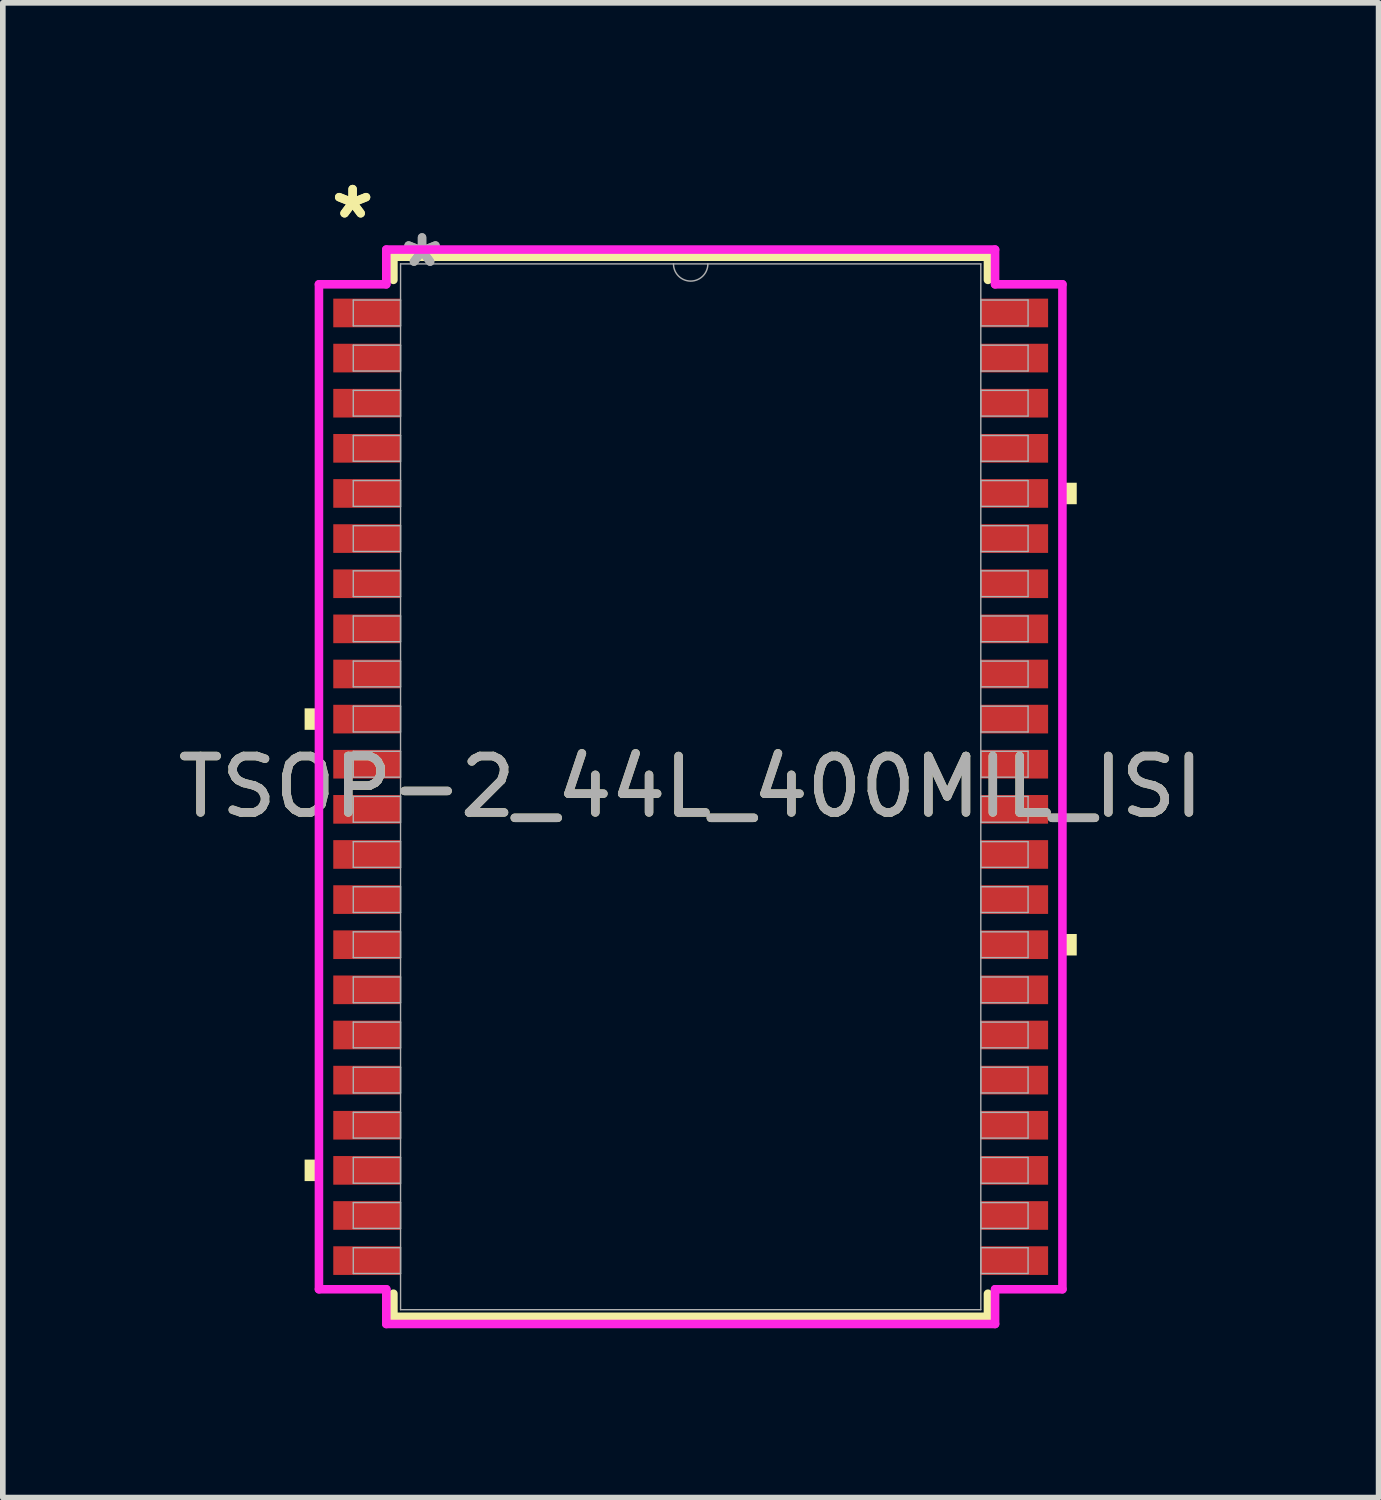
<source format=kicad_pcb>
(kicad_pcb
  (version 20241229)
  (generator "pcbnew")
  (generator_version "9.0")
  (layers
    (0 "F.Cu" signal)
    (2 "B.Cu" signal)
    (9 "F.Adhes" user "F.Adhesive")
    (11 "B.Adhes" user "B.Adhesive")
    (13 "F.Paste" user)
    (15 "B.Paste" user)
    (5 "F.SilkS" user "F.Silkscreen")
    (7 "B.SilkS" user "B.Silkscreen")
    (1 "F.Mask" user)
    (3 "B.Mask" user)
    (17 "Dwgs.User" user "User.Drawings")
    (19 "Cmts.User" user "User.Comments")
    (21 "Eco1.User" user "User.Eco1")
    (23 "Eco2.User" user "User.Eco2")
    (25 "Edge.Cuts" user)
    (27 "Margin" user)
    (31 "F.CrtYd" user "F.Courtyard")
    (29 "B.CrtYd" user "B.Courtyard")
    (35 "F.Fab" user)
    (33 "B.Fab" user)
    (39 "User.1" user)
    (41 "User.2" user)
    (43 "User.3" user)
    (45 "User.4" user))
  (footprint "TSOP-2_44L_400MIL_ISI"
    (layer "F.Cu")
    (at 9.196 10.9)
    (property "Reference" "TSOP-2_44L_400MIL_ISI" (at 0 0 0) (unlocked yes) (layer "F.SilkS") (effects (font (size 1 1) (thickness 0.15))))
    (attr smd)
    (fp_line (start -5.271 -9.398) (end -5.271 -8.988) (stroke (width 0.152) (type solid)) (layer "F.SilkS"))
    (fp_line (start -5.271 8.988) (end -5.271 9.398) (stroke (width 0.152) (type solid)) (layer "F.SilkS"))
    (fp_line (start -5.271 9.398) (end 5.271 9.398) (stroke (width 0.152) (type solid)) (layer "F.SilkS"))
    (fp_line (start 5.271 -9.398) (end -5.271 -9.398) (stroke (width 0.152) (type solid)) (layer "F.SilkS"))
    (fp_line (start 5.271 -8.988) (end 5.271 -9.398) (stroke (width 0.152) (type solid)) (layer "F.SilkS"))
    (fp_line (start 5.271 9.398) (end 5.271 8.988) (stroke (width 0.152) (type solid)) (layer "F.SilkS"))
    (fp_poly (pts (xy -6.845 -1.391) (xy -6.845 -1.01) (xy -6.591 -1.01) (xy -6.591 -1.391)) (stroke (width 0) (type solid)) (fill yes) (layer "F.SilkS"))
    (fp_poly (pts (xy -6.845 6.61) (xy -6.845 6.991) (xy -6.591 6.991) (xy -6.591 6.61)) (stroke (width 0) (type solid)) (fill yes) (layer "F.SilkS"))
    (fp_poly (pts (xy 6.845 -5.391) (xy 6.845 -5.01) (xy 6.591 -5.01) (xy 6.591 -5.391)) (stroke (width 0) (type solid)) (fill yes) (layer "F.SilkS"))
    (fp_poly (pts (xy 6.845 2.61) (xy 6.845 2.991) (xy 6.591 2.991) (xy 6.591 2.61)) (stroke (width 0) (type solid)) (fill yes) (layer "F.SilkS"))
    (fp_line (start -6.591 -8.909) (end -5.397 -8.909) (stroke (width 0.152) (type solid)) (layer "F.CrtYd"))
    (fp_line (start -6.591 8.909) (end -6.591 -8.909) (stroke (width 0.152) (type solid)) (layer "F.CrtYd"))
    (fp_line (start -6.591 8.909) (end -5.397 8.909) (stroke (width 0.152) (type solid)) (layer "F.CrtYd"))
    (fp_line (start -5.397 -9.525) (end 5.397 -9.525) (stroke (width 0.152) (type solid)) (layer "F.CrtYd"))
    (fp_line (start -5.397 -8.909) (end -5.397 -9.525) (stroke (width 0.152) (type solid)) (layer "F.CrtYd"))
    (fp_line (start -5.397 9.525) (end -5.397 8.909) (stroke (width 0.152) (type solid)) (layer "F.CrtYd"))
    (fp_line (start 5.397 -9.525) (end 5.397 -8.909) (stroke (width 0.152) (type solid)) (layer "F.CrtYd"))
    (fp_line (start 5.397 8.909) (end 5.397 9.525) (stroke (width 0.152) (type solid)) (layer "F.CrtYd"))
    (fp_line (start 5.397 9.525) (end -5.397 9.525) (stroke (width 0.152) (type solid)) (layer "F.CrtYd"))
    (fp_line (start 6.591 -8.909) (end 5.397 -8.909) (stroke (width 0.152) (type solid)) (layer "F.CrtYd"))
    (fp_line (start 6.591 -8.909) (end 6.591 8.909) (stroke (width 0.152) (type solid)) (layer "F.CrtYd"))
    (fp_line (start 6.591 8.909) (end 5.397 8.909) (stroke (width 0.152) (type solid)) (layer "F.CrtYd"))
    (fp_line (start -5.982 -8.63) (end -5.982 -8.172) (stroke (width 0.025) (type solid)) (layer "F.Fab"))
    (fp_line (start -5.982 -8.172) (end -5.144 -8.172) (stroke (width 0.025) (type solid)) (layer "F.Fab"))
    (fp_line (start -5.982 -7.83) (end -5.982 -7.372) (stroke (width 0.025) (type solid)) (layer "F.Fab"))
    (fp_line (start -5.982 -7.372) (end -5.144 -7.372) (stroke (width 0.025) (type solid)) (layer "F.Fab"))
    (fp_line (start -5.982 -7.029) (end -5.982 -6.572) (stroke (width 0.025) (type solid)) (layer "F.Fab"))
    (fp_line (start -5.982 -6.572) (end -5.144 -6.572) (stroke (width 0.025) (type solid)) (layer "F.Fab"))
    (fp_line (start -5.982 -6.229) (end -5.982 -5.772) (stroke (width 0.025) (type solid)) (layer "F.Fab"))
    (fp_line (start -5.982 -5.772) (end -5.144 -5.772) (stroke (width 0.025) (type solid)) (layer "F.Fab"))
    (fp_line (start -5.982 -5.429) (end -5.982 -4.972) (stroke (width 0.025) (type solid)) (layer "F.Fab"))
    (fp_line (start -5.982 -4.972) (end -5.144 -4.972) (stroke (width 0.025) (type solid)) (layer "F.Fab"))
    (fp_line (start -5.982 -4.629) (end -5.982 -4.172) (stroke (width 0.025) (type solid)) (layer "F.Fab"))
    (fp_line (start -5.982 -4.172) (end -5.144 -4.172) (stroke (width 0.025) (type solid)) (layer "F.Fab"))
    (fp_line (start -5.982 -3.829) (end -5.982 -3.372) (stroke (width 0.025) (type solid)) (layer "F.Fab"))
    (fp_line (start -5.982 -3.372) (end -5.144 -3.372) (stroke (width 0.025) (type solid)) (layer "F.Fab"))
    (fp_line (start -5.982 -3.029) (end -5.982 -2.572) (stroke (width 0.025) (type solid)) (layer "F.Fab"))
    (fp_line (start -5.982 -2.572) (end -5.144 -2.572) (stroke (width 0.025) (type solid)) (layer "F.Fab"))
    (fp_line (start -5.982 -2.229) (end -5.982 -1.772) (stroke (width 0.025) (type solid)) (layer "F.Fab"))
    (fp_line (start -5.982 -1.772) (end -5.144 -1.772) (stroke (width 0.025) (type solid)) (layer "F.Fab"))
    (fp_line (start -5.982 -1.429) (end -5.982 -0.972) (stroke (width 0.025) (type solid)) (layer "F.Fab"))
    (fp_line (start -5.982 -0.972) (end -5.144 -0.972) (stroke (width 0.025) (type solid)) (layer "F.Fab"))
    (fp_line (start -5.982 -0.629) (end -5.982 -0.171) (stroke (width 0.025) (type solid)) (layer "F.Fab"))
    (fp_line (start -5.982 -0.171) (end -5.144 -0.171) (stroke (width 0.025) (type solid)) (layer "F.Fab"))
    (fp_line (start -5.982 0.171) (end -5.982 0.629) (stroke (width 0.025) (type solid)) (layer "F.Fab"))
    (fp_line (start -5.982 0.629) (end -5.144 0.629) (stroke (width 0.025) (type solid)) (layer "F.Fab"))
    (fp_line (start -5.982 0.972) (end -5.982 1.429) (stroke (width 0.025) (type solid)) (layer "F.Fab"))
    (fp_line (start -5.982 1.429) (end -5.144 1.429) (stroke (width 0.025) (type solid)) (layer "F.Fab"))
    (fp_line (start -5.982 1.772) (end -5.982 2.229) (stroke (width 0.025) (type solid)) (layer "F.Fab"))
    (fp_line (start -5.982 2.229) (end -5.144 2.229) (stroke (width 0.025) (type solid)) (layer "F.Fab"))
    (fp_line (start -5.982 2.572) (end -5.982 3.029) (stroke (width 0.025) (type solid)) (layer "F.Fab"))
    (fp_line (start -5.982 3.029) (end -5.144 3.029) (stroke (width 0.025) (type solid)) (layer "F.Fab"))
    (fp_line (start -5.982 3.372) (end -5.982 3.829) (stroke (width 0.025) (type solid)) (layer "F.Fab"))
    (fp_line (start -5.982 3.829) (end -5.144 3.829) (stroke (width 0.025) (type solid)) (layer "F.Fab"))
    (fp_line (start -5.982 4.172) (end -5.982 4.629) (stroke (width 0.025) (type solid)) (layer "F.Fab"))
    (fp_line (start -5.982 4.629) (end -5.144 4.629) (stroke (width 0.025) (type solid)) (layer "F.Fab"))
    (fp_line (start -5.982 4.972) (end -5.982 5.429) (stroke (width 0.025) (type solid)) (layer "F.Fab"))
    (fp_line (start -5.982 5.429) (end -5.144 5.429) (stroke (width 0.025) (type solid)) (layer "F.Fab"))
    (fp_line (start -5.982 5.772) (end -5.982 6.229) (stroke (width 0.025) (type solid)) (layer "F.Fab"))
    (fp_line (start -5.982 6.229) (end -5.144 6.229) (stroke (width 0.025) (type solid)) (layer "F.Fab"))
    (fp_line (start -5.982 6.572) (end -5.982 7.029) (stroke (width 0.025) (type solid)) (layer "F.Fab"))
    (fp_line (start -5.982 7.029) (end -5.144 7.029) (stroke (width 0.025) (type solid)) (layer "F.Fab"))
    (fp_line (start -5.982 7.372) (end -5.982 7.83) (stroke (width 0.025) (type solid)) (layer "F.Fab"))
    (fp_line (start -5.982 7.83) (end -5.144 7.83) (stroke (width 0.025) (type solid)) (layer "F.Fab"))
    (fp_line (start -5.982 8.172) (end -5.982 8.63) (stroke (width 0.025) (type solid)) (layer "F.Fab"))
    (fp_line (start -5.982 8.63) (end -5.144 8.63) (stroke (width 0.025) (type solid)) (layer "F.Fab"))
    (fp_line (start -5.144 -9.271) (end -5.144 9.271) (stroke (width 0.025) (type solid)) (layer "F.Fab"))
    (fp_line (start -5.144 -8.63) (end -5.982 -8.63) (stroke (width 0.025) (type solid)) (layer "F.Fab"))
    (fp_line (start -5.144 -8.172) (end -5.144 -8.63) (stroke (width 0.025) (type solid)) (layer "F.Fab"))
    (fp_line (start -5.144 -7.83) (end -5.982 -7.83) (stroke (width 0.025) (type solid)) (layer "F.Fab"))
    (fp_line (start -5.144 -7.372) (end -5.144 -7.83) (stroke (width 0.025) (type solid)) (layer "F.Fab"))
    (fp_line (start -5.144 -7.029) (end -5.982 -7.029) (stroke (width 0.025) (type solid)) (layer "F.Fab"))
    (fp_line (start -5.144 -6.572) (end -5.144 -7.029) (stroke (width 0.025) (type solid)) (layer "F.Fab"))
    (fp_line (start -5.144 -6.229) (end -5.982 -6.229) (stroke (width 0.025) (type solid)) (layer "F.Fab"))
    (fp_line (start -5.144 -5.772) (end -5.144 -6.229) (stroke (width 0.025) (type solid)) (layer "F.Fab"))
    (fp_line (start -5.144 -5.429) (end -5.982 -5.429) (stroke (width 0.025) (type solid)) (layer "F.Fab"))
    (fp_line (start -5.144 -4.972) (end -5.144 -5.429) (stroke (width 0.025) (type solid)) (layer "F.Fab"))
    (fp_line (start -5.144 -4.629) (end -5.982 -4.629) (stroke (width 0.025) (type solid)) (layer "F.Fab"))
    (fp_line (start -5.144 -4.172) (end -5.144 -4.629) (stroke (width 0.025) (type solid)) (layer "F.Fab"))
    (fp_line (start -5.144 -3.829) (end -5.982 -3.829) (stroke (width 0.025) (type solid)) (layer "F.Fab"))
    (fp_line (start -5.144 -3.372) (end -5.144 -3.829) (stroke (width 0.025) (type solid)) (layer "F.Fab"))
    (fp_line (start -5.144 -3.029) (end -5.982 -3.029) (stroke (width 0.025) (type solid)) (layer "F.Fab"))
    (fp_line (start -5.144 -2.572) (end -5.144 -3.029) (stroke (width 0.025) (type solid)) (layer "F.Fab"))
    (fp_line (start -5.144 -2.229) (end -5.982 -2.229) (stroke (width 0.025) (type solid)) (layer "F.Fab"))
    (fp_line (start -5.144 -1.772) (end -5.144 -2.229) (stroke (width 0.025) (type solid)) (layer "F.Fab"))
    (fp_line (start -5.144 -1.429) (end -5.982 -1.429) (stroke (width 0.025) (type solid)) (layer "F.Fab"))
    (fp_line (start -5.144 -0.972) (end -5.144 -1.429) (stroke (width 0.025) (type solid)) (layer "F.Fab"))
    (fp_line (start -5.144 -0.629) (end -5.982 -0.629) (stroke (width 0.025) (type solid)) (layer "F.Fab"))
    (fp_line (start -5.144 -0.171) (end -5.144 -0.629) (stroke (width 0.025) (type solid)) (layer "F.Fab"))
    (fp_line (start -5.144 0.171) (end -5.982 0.171) (stroke (width 0.025) (type solid)) (layer "F.Fab"))
    (fp_line (start -5.144 0.629) (end -5.144 0.171) (stroke (width 0.025) (type solid)) (layer "F.Fab"))
    (fp_line (start -5.144 0.972) (end -5.982 0.972) (stroke (width 0.025) (type solid)) (layer "F.Fab"))
    (fp_line (start -5.144 1.429) (end -5.144 0.972) (stroke (width 0.025) (type solid)) (layer "F.Fab"))
    (fp_line (start -5.144 1.772) (end -5.982 1.772) (stroke (width 0.025) (type solid)) (layer "F.Fab"))
    (fp_line (start -5.144 2.229) (end -5.144 1.772) (stroke (width 0.025) (type solid)) (layer "F.Fab"))
    (fp_line (start -5.144 2.572) (end -5.982 2.572) (stroke (width 0.025) (type solid)) (layer "F.Fab"))
    (fp_line (start -5.144 3.029) (end -5.144 2.572) (stroke (width 0.025) (type solid)) (layer "F.Fab"))
    (fp_line (start -5.144 3.372) (end -5.982 3.372) (stroke (width 0.025) (type solid)) (layer "F.Fab"))
    (fp_line (start -5.144 3.829) (end -5.144 3.372) (stroke (width 0.025) (type solid)) (layer "F.Fab"))
    (fp_line (start -5.144 4.172) (end -5.982 4.172) (stroke (width 0.025) (type solid)) (layer "F.Fab"))
    (fp_line (start -5.144 4.629) (end -5.144 4.172) (stroke (width 0.025) (type solid)) (layer "F.Fab"))
    (fp_line (start -5.144 4.972) (end -5.982 4.972) (stroke (width 0.025) (type solid)) (layer "F.Fab"))
    (fp_line (start -5.144 5.429) (end -5.144 4.972) (stroke (width 0.025) (type solid)) (layer "F.Fab"))
    (fp_line (start -5.144 5.772) (end -5.982 5.772) (stroke (width 0.025) (type solid)) (layer "F.Fab"))
    (fp_line (start -5.144 6.229) (end -5.144 5.772) (stroke (width 0.025) (type solid)) (layer "F.Fab"))
    (fp_line (start -5.144 6.572) (end -5.982 6.572) (stroke (width 0.025) (type solid)) (layer "F.Fab"))
    (fp_line (start -5.144 7.029) (end -5.144 6.572) (stroke (width 0.025) (type solid)) (layer "F.Fab"))
    (fp_line (start -5.144 7.372) (end -5.982 7.372) (stroke (width 0.025) (type solid)) (layer "F.Fab"))
    (fp_line (start -5.144 7.83) (end -5.144 7.372) (stroke (width 0.025) (type solid)) (layer "F.Fab"))
    (fp_line (start -5.144 8.172) (end -5.982 8.172) (stroke (width 0.025) (type solid)) (layer "F.Fab"))
    (fp_line (start -5.144 8.63) (end -5.144 8.172) (stroke (width 0.025) (type solid)) (layer "F.Fab"))
    (fp_line (start -5.144 9.271) (end 5.144 9.271) (stroke (width 0.025) (type solid)) (layer "F.Fab"))
    (fp_line (start 5.144 -9.271) (end -5.144 -9.271) (stroke (width 0.025) (type solid)) (layer "F.Fab"))
    (fp_line (start 5.144 -8.63) (end 5.144 -8.172) (stroke (width 0.025) (type solid)) (layer "F.Fab"))
    (fp_line (start 5.144 -8.172) (end 5.982 -8.172) (stroke (width 0.025) (type solid)) (layer "F.Fab"))
    (fp_line (start 5.144 -7.83) (end 5.144 -7.372) (stroke (width 0.025) (type solid)) (layer "F.Fab"))
    (fp_line (start 5.144 -7.372) (end 5.982 -7.372) (stroke (width 0.025) (type solid)) (layer "F.Fab"))
    (fp_line (start 5.144 -7.029) (end 5.144 -6.572) (stroke (width 0.025) (type solid)) (layer "F.Fab"))
    (fp_line (start 5.144 -6.572) (end 5.982 -6.572) (stroke (width 0.025) (type solid)) (layer "F.Fab"))
    (fp_line (start 5.144 -6.229) (end 5.144 -5.772) (stroke (width 0.025) (type solid)) (layer "F.Fab"))
    (fp_line (start 5.144 -5.772) (end 5.982 -5.772) (stroke (width 0.025) (type solid)) (layer "F.Fab"))
    (fp_line (start 5.144 -5.429) (end 5.144 -4.972) (stroke (width 0.025) (type solid)) (layer "F.Fab"))
    (fp_line (start 5.144 -4.972) (end 5.982 -4.972) (stroke (width 0.025) (type solid)) (layer "F.Fab"))
    (fp_line (start 5.144 -4.629) (end 5.144 -4.172) (stroke (width 0.025) (type solid)) (layer "F.Fab"))
    (fp_line (start 5.144 -4.172) (end 5.982 -4.172) (stroke (width 0.025) (type solid)) (layer "F.Fab"))
    (fp_line (start 5.144 -3.829) (end 5.144 -3.372) (stroke (width 0.025) (type solid)) (layer "F.Fab"))
    (fp_line (start 5.144 -3.372) (end 5.982 -3.372) (stroke (width 0.025) (type solid)) (layer "F.Fab"))
    (fp_line (start 5.144 -3.029) (end 5.144 -2.572) (stroke (width 0.025) (type solid)) (layer "F.Fab"))
    (fp_line (start 5.144 -2.572) (end 5.982 -2.572) (stroke (width 0.025) (type solid)) (layer "F.Fab"))
    (fp_line (start 5.144 -2.229) (end 5.144 -1.772) (stroke (width 0.025) (type solid)) (layer "F.Fab"))
    (fp_line (start 5.144 -1.772) (end 5.982 -1.772) (stroke (width 0.025) (type solid)) (layer "F.Fab"))
    (fp_line (start 5.144 -1.429) (end 5.144 -0.972) (stroke (width 0.025) (type solid)) (layer "F.Fab"))
    (fp_line (start 5.144 -0.972) (end 5.982 -0.972) (stroke (width 0.025) (type solid)) (layer "F.Fab"))
    (fp_line (start 5.144 -0.629) (end 5.144 -0.171) (stroke (width 0.025) (type solid)) (layer "F.Fab"))
    (fp_line (start 5.144 -0.171) (end 5.982 -0.171) (stroke (width 0.025) (type solid)) (layer "F.Fab"))
    (fp_line (start 5.144 0.171) (end 5.144 0.629) (stroke (width 0.025) (type solid)) (layer "F.Fab"))
    (fp_line (start 5.144 0.629) (end 5.982 0.629) (stroke (width 0.025) (type solid)) (layer "F.Fab"))
    (fp_line (start 5.144 0.972) (end 5.144 1.429) (stroke (width 0.025) (type solid)) (layer "F.Fab"))
    (fp_line (start 5.144 1.429) (end 5.982 1.429) (stroke (width 0.025) (type solid)) (layer "F.Fab"))
    (fp_line (start 5.144 1.772) (end 5.144 2.229) (stroke (width 0.025) (type solid)) (layer "F.Fab"))
    (fp_line (start 5.144 2.229) (end 5.982 2.229) (stroke (width 0.025) (type solid)) (layer "F.Fab"))
    (fp_line (start 5.144 2.572) (end 5.144 3.029) (stroke (width 0.025) (type solid)) (layer "F.Fab"))
    (fp_line (start 5.144 3.029) (end 5.982 3.029) (stroke (width 0.025) (type solid)) (layer "F.Fab"))
    (fp_line (start 5.144 3.372) (end 5.144 3.829) (stroke (width 0.025) (type solid)) (layer "F.Fab"))
    (fp_line (start 5.144 3.829) (end 5.982 3.829) (stroke (width 0.025) (type solid)) (layer "F.Fab"))
    (fp_line (start 5.144 4.172) (end 5.144 4.629) (stroke (width 0.025) (type solid)) (layer "F.Fab"))
    (fp_line (start 5.144 4.629) (end 5.982 4.629) (stroke (width 0.025) (type solid)) (layer "F.Fab"))
    (fp_line (start 5.144 4.972) (end 5.144 5.429) (stroke (width 0.025) (type solid)) (layer "F.Fab"))
    (fp_line (start 5.144 5.429) (end 5.982 5.429) (stroke (width 0.025) (type solid)) (layer "F.Fab"))
    (fp_line (start 5.144 5.772) (end 5.144 6.229) (stroke (width 0.025) (type solid)) (layer "F.Fab"))
    (fp_line (start 5.144 6.229) (end 5.982 6.229) (stroke (width 0.025) (type solid)) (layer "F.Fab"))
    (fp_line (start 5.144 6.572) (end 5.144 7.029) (stroke (width 0.025) (type solid)) (layer "F.Fab"))
    (fp_line (start 5.144 7.029) (end 5.982 7.029) (stroke (width 0.025) (type solid)) (layer "F.Fab"))
    (fp_line (start 5.144 7.372) (end 5.144 7.83) (stroke (width 0.025) (type solid)) (layer "F.Fab"))
    (fp_line (start 5.144 7.83) (end 5.982 7.83) (stroke (width 0.025) (type solid)) (layer "F.Fab"))
    (fp_line (start 5.144 8.172) (end 5.144 8.63) (stroke (width 0.025) (type solid)) (layer "F.Fab"))
    (fp_line (start 5.144 8.63) (end 5.982 8.63) (stroke (width 0.025) (type solid)) (layer "F.Fab"))
    (fp_line (start 5.144 9.271) (end 5.144 -9.271) (stroke (width 0.025) (type solid)) (layer "F.Fab"))
    (fp_line (start 5.982 -8.63) (end 5.144 -8.63) (stroke (width 0.025) (type solid)) (layer "F.Fab"))
    (fp_line (start 5.982 -8.172) (end 5.982 -8.63) (stroke (width 0.025) (type solid)) (layer "F.Fab"))
    (fp_line (start 5.982 -7.83) (end 5.144 -7.83) (stroke (width 0.025) (type solid)) (layer "F.Fab"))
    (fp_line (start 5.982 -7.372) (end 5.982 -7.83) (stroke (width 0.025) (type solid)) (layer "F.Fab"))
    (fp_line (start 5.982 -7.029) (end 5.144 -7.029) (stroke (width 0.025) (type solid)) (layer "F.Fab"))
    (fp_line (start 5.982 -6.572) (end 5.982 -7.029) (stroke (width 0.025) (type solid)) (layer "F.Fab"))
    (fp_line (start 5.982 -6.229) (end 5.144 -6.229) (stroke (width 0.025) (type solid)) (layer "F.Fab"))
    (fp_line (start 5.982 -5.772) (end 5.982 -6.229) (stroke (width 0.025) (type solid)) (layer "F.Fab"))
    (fp_line (start 5.982 -5.429) (end 5.144 -5.429) (stroke (width 0.025) (type solid)) (layer "F.Fab"))
    (fp_line (start 5.982 -4.972) (end 5.982 -5.429) (stroke (width 0.025) (type solid)) (layer "F.Fab"))
    (fp_line (start 5.982 -4.629) (end 5.144 -4.629) (stroke (width 0.025) (type solid)) (layer "F.Fab"))
    (fp_line (start 5.982 -4.172) (end 5.982 -4.629) (stroke (width 0.025) (type solid)) (layer "F.Fab"))
    (fp_line (start 5.982 -3.829) (end 5.144 -3.829) (stroke (width 0.025) (type solid)) (layer "F.Fab"))
    (fp_line (start 5.982 -3.372) (end 5.982 -3.829) (stroke (width 0.025) (type solid)) (layer "F.Fab"))
    (fp_line (start 5.982 -3.029) (end 5.144 -3.029) (stroke (width 0.025) (type solid)) (layer "F.Fab"))
    (fp_line (start 5.982 -2.572) (end 5.982 -3.029) (stroke (width 0.025) (type solid)) (layer "F.Fab"))
    (fp_line (start 5.982 -2.229) (end 5.144 -2.229) (stroke (width 0.025) (type solid)) (layer "F.Fab"))
    (fp_line (start 5.982 -1.772) (end 5.982 -2.229) (stroke (width 0.025) (type solid)) (layer "F.Fab"))
    (fp_line (start 5.982 -1.429) (end 5.144 -1.429) (stroke (width 0.025) (type solid)) (layer "F.Fab"))
    (fp_line (start 5.982 -0.972) (end 5.982 -1.429) (stroke (width 0.025) (type solid)) (layer "F.Fab"))
    (fp_line (start 5.982 -0.629) (end 5.144 -0.629) (stroke (width 0.025) (type solid)) (layer "F.Fab"))
    (fp_line (start 5.982 -0.171) (end 5.982 -0.629) (stroke (width 0.025) (type solid)) (layer "F.Fab"))
    (fp_line (start 5.982 0.171) (end 5.144 0.171) (stroke (width 0.025) (type solid)) (layer "F.Fab"))
    (fp_line (start 5.982 0.629) (end 5.982 0.171) (stroke (width 0.025) (type solid)) (layer "F.Fab"))
    (fp_line (start 5.982 0.972) (end 5.144 0.972) (stroke (width 0.025) (type solid)) (layer "F.Fab"))
    (fp_line (start 5.982 1.429) (end 5.982 0.972) (stroke (width 0.025) (type solid)) (layer "F.Fab"))
    (fp_line (start 5.982 1.772) (end 5.144 1.772) (stroke (width 0.025) (type solid)) (layer "F.Fab"))
    (fp_line (start 5.982 2.229) (end 5.982 1.772) (stroke (width 0.025) (type solid)) (layer "F.Fab"))
    (fp_line (start 5.982 2.572) (end 5.144 2.572) (stroke (width 0.025) (type solid)) (layer "F.Fab"))
    (fp_line (start 5.982 3.029) (end 5.982 2.572) (stroke (width 0.025) (type solid)) (layer "F.Fab"))
    (fp_line (start 5.982 3.372) (end 5.144 3.372) (stroke (width 0.025) (type solid)) (layer "F.Fab"))
    (fp_line (start 5.982 3.829) (end 5.982 3.372) (stroke (width 0.025) (type solid)) (layer "F.Fab"))
    (fp_line (start 5.982 4.172) (end 5.144 4.172) (stroke (width 0.025) (type solid)) (layer "F.Fab"))
    (fp_line (start 5.982 4.629) (end 5.982 4.172) (stroke (width 0.025) (type solid)) (layer "F.Fab"))
    (fp_line (start 5.982 4.972) (end 5.144 4.972) (stroke (width 0.025) (type solid)) (layer "F.Fab"))
    (fp_line (start 5.982 5.429) (end 5.982 4.972) (stroke (width 0.025) (type solid)) (layer "F.Fab"))
    (fp_line (start 5.982 5.772) (end 5.144 5.772) (stroke (width 0.025) (type solid)) (layer "F.Fab"))
    (fp_line (start 5.982 6.229) (end 5.982 5.772) (stroke (width 0.025) (type solid)) (layer "F.Fab"))
    (fp_line (start 5.982 6.572) (end 5.144 6.572) (stroke (width 0.025) (type solid)) (layer "F.Fab"))
    (fp_line (start 5.982 7.029) (end 5.982 6.572) (stroke (width 0.025) (type solid)) (layer "F.Fab"))
    (fp_line (start 5.982 7.372) (end 5.144 7.372) (stroke (width 0.025) (type solid)) (layer "F.Fab"))
    (fp_line (start 5.982 7.83) (end 5.982 7.372) (stroke (width 0.025) (type solid)) (layer "F.Fab"))
    (fp_line (start 5.982 8.172) (end 5.144 8.172) (stroke (width 0.025) (type solid)) (layer "F.Fab"))
    (fp_line (start 5.982 8.63) (end 5.982 8.172) (stroke (width 0.025) (type solid)) (layer "F.Fab"))
    (fp_arc (start 0.3048 -9.271) (mid 0 -8.9662) (end -0.3048 -9.271) (stroke (width 0.0254) (type solid)) (layer "F.Fab"))
    (fp_text user "*" (at -5.994 -10.052 0) (unlocked yes) (layer "F.SilkS") (effects (font (size 1 1) (thickness 0.15))))
    (fp_text user "*" (at -5.994 -10.052 0) (layer "F.SilkS") (effects (font (size 1 1) (thickness 0.15))))
    (fp_text user "*" (at -4.763 -9.195 0) (unlocked yes) (layer "F.Fab") (effects (font (size 1 1) (thickness 0.15))))
    (fp_text user "${REFERENCE}" (at 0 0 0) (unlocked yes) (layer "F.Fab") (effects (font (size 1 1) (thickness 0.15))))
    (fp_text user "*" (at -4.763 -9.195 0) (layer "F.Fab") (effects (font (size 1 1) (thickness 0.15))))
    (pad "1" smd rect (at -5.74 -8.401) (size 1.194 0.508) (layers "F.Cu" "F.Mask" "F.Paste"))
    (pad "2" smd rect (at -5.74 -7.601) (size 1.194 0.508) (layers "F.Cu" "F.Mask" "F.Paste"))
    (pad "3" smd rect (at -5.74 -6.801) (size 1.194 0.508) (layers "F.Cu" "F.Mask" "F.Paste"))
    (pad "4" smd rect (at -5.74 -6.001) (size 1.194 0.508) (layers "F.Cu" "F.Mask" "F.Paste"))
    (pad "5" smd rect (at -5.74 -5.201) (size 1.194 0.508) (layers "F.Cu" "F.Mask" "F.Paste"))
    (pad "6" smd rect (at -5.74 -4.401) (size 1.194 0.508) (layers "F.Cu" "F.Mask" "F.Paste"))
    (pad "7" smd rect (at -5.74 -3.6) (size 1.194 0.508) (layers "F.Cu" "F.Mask" "F.Paste"))
    (pad "8" smd rect (at -5.74 -2.8) (size 1.194 0.508) (layers "F.Cu" "F.Mask" "F.Paste"))
    (pad "9" smd rect (at -5.74 -2) (size 1.194 0.508) (layers "F.Cu" "F.Mask" "F.Paste"))
    (pad "10" smd rect (at -5.74 -1.2) (size 1.194 0.508) (layers "F.Cu" "F.Mask" "F.Paste"))
    (pad "11" smd rect (at -5.74 -0.4) (size 1.194 0.508) (layers "F.Cu" "F.Mask" "F.Paste"))
    (pad "12" smd rect (at -5.74 0.4) (size 1.194 0.508) (layers "F.Cu" "F.Mask" "F.Paste"))
    (pad "13" smd rect (at -5.74 1.2) (size 1.194 0.508) (layers "F.Cu" "F.Mask" "F.Paste"))
    (pad "14" smd rect (at -5.74 2) (size 1.194 0.508) (layers "F.Cu" "F.Mask" "F.Paste"))
    (pad "15" smd rect (at -5.74 2.8) (size 1.194 0.508) (layers "F.Cu" "F.Mask" "F.Paste"))
    (pad "16" smd rect (at -5.74 3.6) (size 1.194 0.508) (layers "F.Cu" "F.Mask" "F.Paste"))
    (pad "17" smd rect (at -5.74 4.401) (size 1.194 0.508) (layers "F.Cu" "F.Mask" "F.Paste"))
    (pad "18" smd rect (at -5.74 5.201) (size 1.194 0.508) (layers "F.Cu" "F.Mask" "F.Paste"))
    (pad "19" smd rect (at -5.74 6.001) (size 1.194 0.508) (layers "F.Cu" "F.Mask" "F.Paste"))
    (pad "20" smd rect (at -5.74 6.801) (size 1.194 0.508) (layers "F.Cu" "F.Mask" "F.Paste"))
    (pad "21" smd rect (at -5.74 7.601) (size 1.194 0.508) (layers "F.Cu" "F.Mask" "F.Paste"))
    (pad "22" smd rect (at -5.74 8.401) (size 1.194 0.508) (layers "F.Cu" "F.Mask" "F.Paste"))
    (pad "23" smd rect (at 5.74 8.401) (size 1.194 0.508) (layers "F.Cu" "F.Mask" "F.Paste"))
    (pad "24" smd rect (at 5.74 7.601) (size 1.194 0.508) (layers "F.Cu" "F.Mask" "F.Paste"))
    (pad "25" smd rect (at 5.74 6.801) (size 1.194 0.508) (layers "F.Cu" "F.Mask" "F.Paste"))
    (pad "26" smd rect (at 5.74 6.001) (size 1.194 0.508) (layers "F.Cu" "F.Mask" "F.Paste"))
    (pad "27" smd rect (at 5.74 5.201) (size 1.194 0.508) (layers "F.Cu" "F.Mask" "F.Paste"))
    (pad "28" smd rect (at 5.74 4.401) (size 1.194 0.508) (layers "F.Cu" "F.Mask" "F.Paste"))
    (pad "29" smd rect (at 5.74 3.6) (size 1.194 0.508) (layers "F.Cu" "F.Mask" "F.Paste"))
    (pad "30" smd rect (at 5.74 2.8) (size 1.194 0.508) (layers "F.Cu" "F.Mask" "F.Paste"))
    (pad "31" smd rect (at 5.74 2) (size 1.194 0.508) (layers "F.Cu" "F.Mask" "F.Paste"))
    (pad "32" smd rect (at 5.74 1.2) (size 1.194 0.508) (layers "F.Cu" "F.Mask" "F.Paste"))
    (pad "33" smd rect (at 5.74 0.4) (size 1.194 0.508) (layers "F.Cu" "F.Mask" "F.Paste"))
    (pad "34" smd rect (at 5.74 -0.4) (size 1.194 0.508) (layers "F.Cu" "F.Mask" "F.Paste"))
    (pad "35" smd rect (at 5.74 -1.2) (size 1.194 0.508) (layers "F.Cu" "F.Mask" "F.Paste"))
    (pad "36" smd rect (at 5.74 -2) (size 1.194 0.508) (layers "F.Cu" "F.Mask" "F.Paste"))
    (pad "37" smd rect (at 5.74 -2.8) (size 1.194 0.508) (layers "F.Cu" "F.Mask" "F.Paste"))
    (pad "38" smd rect (at 5.74 -3.6) (size 1.194 0.508) (layers "F.Cu" "F.Mask" "F.Paste"))
    (pad "39" smd rect (at 5.74 -4.401) (size 1.194 0.508) (layers "F.Cu" "F.Mask" "F.Paste"))
    (pad "40" smd rect (at 5.74 -5.201) (size 1.194 0.508) (layers "F.Cu" "F.Mask" "F.Paste"))
    (pad "41" smd rect (at 5.74 -6.001) (size 1.194 0.508) (layers "F.Cu" "F.Mask" "F.Paste"))
    (pad "42" smd rect (at 5.74 -6.801) (size 1.194 0.508) (layers "F.Cu" "F.Mask" "F.Paste"))
    (pad "43" smd rect (at 5.74 -7.601) (size 1.194 0.508) (layers "F.Cu" "F.Mask" "F.Paste"))
    (pad "44" smd rect (at 5.74 -8.401) (size 1.194 0.508) (layers "F.Cu" "F.Mask" "F.Paste")))
  (gr_rect
    (start -3 -3)
    (end 21.393 23.502)
    (stroke (width 0.1) (type default))
    (fill no)
    (layer "Edge.Cuts")))
</source>
